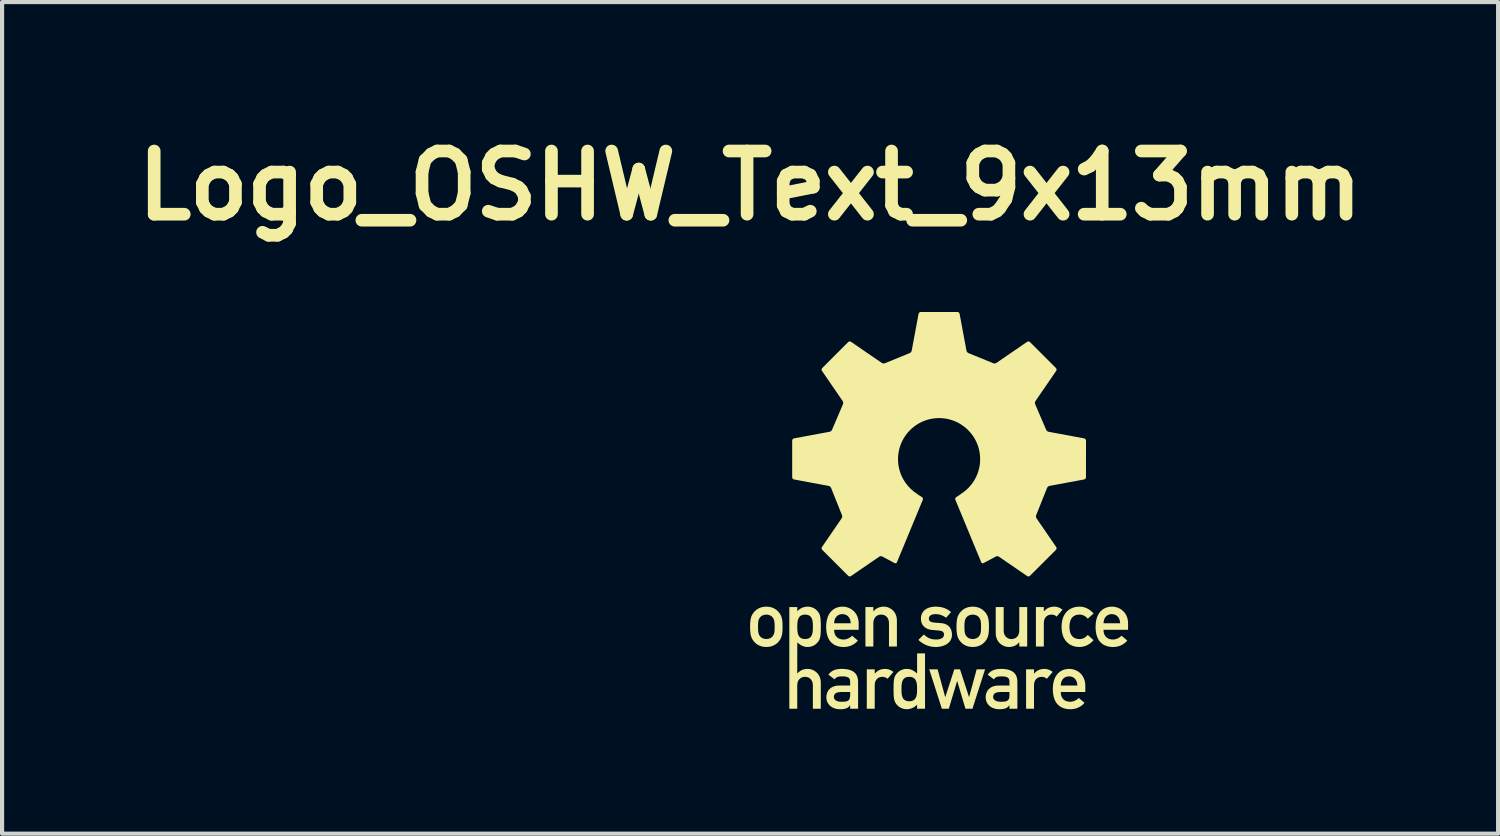
<source format=kicad_pcb>
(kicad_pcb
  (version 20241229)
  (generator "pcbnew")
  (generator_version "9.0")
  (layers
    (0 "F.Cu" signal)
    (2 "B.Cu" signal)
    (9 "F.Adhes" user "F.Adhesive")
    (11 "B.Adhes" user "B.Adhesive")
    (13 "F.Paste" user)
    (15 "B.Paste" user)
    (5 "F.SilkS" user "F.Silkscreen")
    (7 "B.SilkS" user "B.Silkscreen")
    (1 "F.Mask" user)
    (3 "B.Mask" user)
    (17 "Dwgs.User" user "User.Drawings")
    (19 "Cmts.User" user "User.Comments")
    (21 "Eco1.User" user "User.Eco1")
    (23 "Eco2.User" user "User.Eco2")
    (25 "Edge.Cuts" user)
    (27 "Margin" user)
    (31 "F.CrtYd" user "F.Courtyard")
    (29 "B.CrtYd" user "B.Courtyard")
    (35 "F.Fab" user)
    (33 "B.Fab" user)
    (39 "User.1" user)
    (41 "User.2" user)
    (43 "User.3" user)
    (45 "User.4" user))
  (footprint "Logo_OSHW_Text_9x13mm"
    (layer "F.Cu")
    (at 15.037 4.474)
    (property "Reference" "Logo_OSHW_Text_9x13mm" (at 0 -3.048 0) (layer "F.SilkS") (effects (font (size 1.524 1.524) (thickness 0.305))))
    (attr exclude_from_pos_files exclude_from_bom)
    (fp_poly (pts (xy 5.193 9.566) (xy 5.362 9.566) (xy 5.666 8.616) (xy 5.463 8.616) (xy 5.282 9.281) (xy 5.278 9.281) (xy 5.062 8.616) (xy 4.924 8.616) (xy 4.708 9.281) (xy 4.704 9.281) (xy 4.522 8.616) (xy 4.32 8.616) (xy 4.624 9.566) (xy 4.792 9.566) (xy 4.991 8.901) (xy 4.995 8.901) (xy 5.193 9.566)) (stroke (width 0) (type solid)) (fill yes) (layer "F.SilkS"))
    (fp_poly (pts (xy 2.814 9.566) (xy 3.005 9.566) (xy 3.005 8.995) (xy 3.01 8.94) (xy 3.026 8.895) (xy 3.049 8.858) (xy 3.078 8.831) (xy 3.113 8.811) (xy 3.151 8.8) (xy 3.191 8.796) (xy 3.235 8.801) (xy 3.275 8.816) (xy 3.316 8.843) (xy 3.455 8.678) (xy 3.419 8.653) (xy 3.382 8.633) (xy 3.343 8.618) (xy 3.301 8.608) (xy 3.256 8.605) (xy 3.207 8.608) (xy 3.16 8.617) (xy 3.117 8.633) (xy 3.077 8.655) (xy 3.041 8.683) (xy 3.009 8.717) (xy 3.005 8.717) (xy 3.005 8.616) (xy 2.814 8.616) (xy 2.814 9.566)) (stroke (width 0) (type solid)) (fill yes) (layer "F.SilkS"))
    (fp_poly (pts (xy 6.655 9.566) (xy 6.846 9.566) (xy 6.846 8.995) (xy 6.852 8.94) (xy 6.867 8.895) (xy 6.89 8.858) (xy 6.919 8.831) (xy 6.954 8.811) (xy 6.992 8.8) (xy 7.032 8.796) (xy 7.076 8.801) (xy 7.116 8.816) (xy 7.157 8.843) (xy 7.296 8.678) (xy 7.26 8.653) (xy 7.223 8.633) (xy 7.184 8.618) (xy 7.142 8.608) (xy 7.097 8.605) (xy 7.048 8.608) (xy 7.002 8.617) (xy 6.958 8.633) (xy 6.918 8.655) (xy 6.882 8.683) (xy 6.85 8.717) (xy 6.846 8.717) (xy 6.846 8.616) (xy 6.655 8.616) (xy 6.655 9.566)) (stroke (width 0) (type solid)) (fill yes) (layer "F.SilkS"))
    (fp_poly (pts (xy 6.892 8.066) (xy 7.083 8.066) (xy 7.083 7.494) (xy 7.089 7.439) (xy 7.104 7.394) (xy 7.127 7.358) (xy 7.156 7.33) (xy 7.191 7.31) (xy 7.229 7.299) (xy 7.269 7.295) (xy 7.313 7.3) (xy 7.353 7.315) (xy 7.394 7.342) (xy 7.533 7.177) (xy 7.497 7.152) (xy 7.46 7.132) (xy 7.421 7.117) (xy 7.379 7.107) (xy 7.334 7.104) (xy 7.285 7.107) (xy 7.239 7.117) (xy 7.195 7.132) (xy 7.155 7.154) (xy 7.119 7.182) (xy 7.087 7.217) (xy 7.083 7.217) (xy 7.083 7.115) (xy 6.892 7.115) (xy 6.892 8.066)) (stroke (width 0) (type solid)) (fill yes) (layer "F.SilkS"))
    (fp_poly (pts (xy 2.781 8.066) (xy 2.972 8.066) (xy 2.972 7.5) (xy 2.977 7.448) (xy 2.991 7.403) (xy 3.012 7.365) (xy 3.041 7.335) (xy 3.076 7.313) (xy 3.117 7.3) (xy 3.161 7.295) (xy 3.205 7.3) (xy 3.245 7.313) (xy 3.28 7.335) (xy 3.309 7.365) (xy 3.33 7.403) (xy 3.344 7.448) (xy 3.349 7.5) (xy 3.349 8.066) (xy 3.54 8.066) (xy 3.54 7.434) (xy 3.536 7.378) (xy 3.524 7.327) (xy 3.506 7.28) (xy 3.482 7.24) (xy 3.453 7.204) (xy 3.42 7.174) (xy 3.384 7.149) (xy 3.345 7.129) (xy 3.305 7.115) (xy 3.264 7.107) (xy 3.223 7.104) (xy 3.174 7.107) (xy 3.127 7.117) (xy 3.084 7.132) (xy 3.044 7.154) (xy 3.008 7.182) (xy 2.976 7.217) (xy 2.972 7.217) (xy 2.972 7.115) (xy 2.781 7.115) (xy 2.781 8.066)) (stroke (width 0) (type solid)) (fill yes) (layer "F.SilkS"))
    (fp_poly (pts (xy 5.923 7.747) (xy 5.927 7.803) (xy 5.939 7.854) (xy 5.957 7.9) (xy 5.981 7.941) (xy 6.01 7.977) (xy 6.044 8.007) (xy 6.08 8.032) (xy 6.119 8.052) (xy 6.16 8.066) (xy 6.201 8.074) (xy 6.242 8.077) (xy 6.291 8.074) (xy 6.336 8.064) (xy 6.38 8.049) (xy 6.419 8.027) (xy 6.455 7.999) (xy 6.488 7.964) (xy 6.491 7.964) (xy 6.491 8.066) (xy 6.682 8.066) (xy 6.682 7.115) (xy 6.491 7.115) (xy 6.491 7.681) (xy 6.486 7.733) (xy 6.473 7.778) (xy 6.451 7.816) (xy 6.422 7.846) (xy 6.388 7.868) (xy 6.348 7.881) (xy 6.304 7.886) (xy 6.259 7.881) (xy 6.219 7.868) (xy 6.184 7.846) (xy 6.155 7.816) (xy 6.133 7.778) (xy 6.119 7.733) (xy 6.115 7.681) (xy 6.115 7.115) (xy 5.923 7.115) (xy 5.923 7.747)) (stroke (width 0) (type solid)) (fill yes) (layer "F.SilkS"))
    (fp_poly (pts (xy 8.142 7.786) (xy 8.111 7.819) (xy 8.076 7.846) (xy 8.037 7.867) (xy 7.995 7.881) (xy 7.949 7.886) (xy 7.904 7.883) (xy 7.863 7.875) (xy 7.827 7.861) (xy 7.794 7.841) (xy 7.767 7.816) (xy 7.744 7.784) (xy 7.725 7.746) (xy 7.712 7.701) (xy 7.704 7.65) (xy 7.701 7.591) (xy 7.704 7.532) (xy 7.712 7.481) (xy 7.725 7.436) (xy 7.744 7.397) (xy 7.767 7.365) (xy 7.794 7.34) (xy 7.827 7.32) (xy 7.863 7.306) (xy 7.904 7.298) (xy 7.949 7.295) (xy 7.995 7.3) (xy 8.037 7.314) (xy 8.076 7.335) (xy 8.111 7.362) (xy 8.142 7.395) (xy 8.282 7.269) (xy 8.25 7.235) (xy 8.214 7.203) (xy 8.176 7.175) (xy 8.135 7.151) (xy 8.091 7.131) (xy 8.044 7.116) (xy 7.994 7.107) (xy 7.941 7.104) (xy 7.9 7.106) (xy 7.86 7.111) (xy 7.82 7.119) (xy 7.781 7.131) (xy 7.744 7.147) (xy 7.708 7.166) (xy 7.675 7.19) (xy 7.643 7.217) (xy 7.615 7.248) (xy 7.589 7.284) (xy 7.566 7.324) (xy 7.547 7.368) (xy 7.531 7.417) (xy 7.52 7.47) (xy 7.513 7.528) (xy 7.51 7.591) (xy 7.513 7.654) (xy 7.52 7.712) (xy 7.531 7.765) (xy 7.547 7.814) (xy 7.566 7.858) (xy 7.589 7.897) (xy 7.615 7.933) (xy 7.643 7.964) (xy 7.675 7.991) (xy 7.708 8.015) (xy 7.744 8.034) (xy 7.781 8.05) (xy 7.82 8.062) (xy 7.86 8.07) (xy 7.9 8.075) (xy 7.941 8.077) (xy 7.994 8.074) (xy 8.044 8.064) (xy 8.091 8.05) (xy 8.135 8.03) (xy 8.176 8.006) (xy 8.215 7.978) (xy 8.25 7.946) (xy 8.282 7.912) (xy 8.142 7.786)) (stroke (width 0) (type solid)) (fill yes) (layer "F.SilkS"))
    (fp_poly (pts (xy 4.027 9.566) (xy 4.218 9.566) (xy 4.218 8.232) (xy 4.027 8.232) (xy 4.027 8.717) (xy 3.991 8.686) (xy 3.953 8.658) (xy 3.914 8.636) (xy 3.872 8.619) (xy 3.828 8.609) (xy 3.781 8.605) (xy 3.726 8.609) (xy 3.676 8.621) (xy 3.631 8.64) (xy 3.591 8.665) (xy 3.556 8.695) (xy 3.526 8.729) (xy 3.508 8.754) (xy 3.494 8.781) (xy 3.482 8.811) (xy 3.473 8.848) (xy 3.466 8.891) (xy 3.462 8.945) (xy 3.46 9.011) (xy 3.459 9.09) (xy 3.46 9.17) (xy 3.462 9.237) (xy 3.466 9.291) (xy 3.473 9.335) (xy 3.482 9.371) (xy 3.494 9.402) (xy 3.508 9.428) (xy 3.526 9.454) (xy 3.556 9.488) (xy 3.591 9.518) (xy 3.631 9.542) (xy 3.676 9.561) (xy 3.726 9.573) (xy 3.781 9.578) (xy 3.829 9.574) (xy 3.875 9.563) (xy 3.918 9.547) (xy 3.958 9.525) (xy 3.994 9.498) (xy 3.991 9.309) (xy 3.967 9.34) (xy 3.935 9.365) (xy 3.893 9.381) (xy 3.839 9.386) (xy 3.785 9.381) (xy 3.743 9.366) (xy 3.71 9.343) (xy 3.686 9.312) (xy 3.67 9.275) (xy 3.659 9.233) (xy 3.653 9.187) (xy 3.651 9.14) (xy 3.65 9.09) (xy 3.651 9.042) (xy 3.653 8.994) (xy 3.659 8.949) (xy 3.67 8.907) (xy 3.686 8.871) (xy 3.71 8.84) (xy 3.743 8.816) (xy 3.785 8.801) (xy 3.839 8.796) (xy 3.893 8.802) (xy 3.935 8.817) (xy 3.967 8.842) (xy 3.991 8.874) (xy 4.007 8.911) (xy 4.018 8.953) (xy 4.024 8.998) (xy 4.026 9.044) (xy 4.027 9.09) (xy 4.026 9.137) (xy 4.024 9.184) (xy 4.018 9.229) (xy 4.007 9.271) (xy 3.991 9.309) (xy 3.994 9.498) (xy 4.027 9.467) (xy 4.027 9.566)) (stroke (width 0) (type solid)) (fill yes) (layer "F.SilkS"))
    (fp_poly (pts (xy 2.618 7.663) (xy 2.026 7.505) (xy 2.031 7.454) (xy 2.043 7.41) (xy 2.061 7.372) (xy 2.085 7.341) (xy 2.114 7.316) (xy 2.148 7.298) (xy 2.185 7.288) (xy 2.226 7.284) (xy 2.272 7.289) (xy 2.314 7.303) (xy 2.35 7.326) (xy 2.381 7.358) (xy 2.404 7.398) (xy 2.42 7.448) (xy 2.427 7.505) (xy 2.026 7.505) (xy 2.618 7.663) (xy 2.618 7.505) (xy 2.615 7.454) (xy 2.607 7.406) (xy 2.594 7.36) (xy 2.577 7.318) (xy 2.555 7.28) (xy 2.53 7.244) (xy 2.501 7.213) (xy 2.468 7.185) (xy 2.433 7.161) (xy 2.396 7.141) (xy 2.356 7.125) (xy 2.314 7.113) (xy 2.271 7.106) (xy 2.226 7.104) (xy 2.189 7.106) (xy 2.152 7.111) (xy 2.115 7.12) (xy 2.078 7.132) (xy 2.043 7.149) (xy 2.009 7.17) (xy 1.977 7.196) (xy 1.947 7.226) (xy 1.919 7.262) (xy 1.895 7.302) (xy 1.874 7.349) (xy 1.858 7.401) (xy 1.845 7.459) (xy 1.837 7.523) (xy 1.834 7.593) (xy 1.837 7.663) (xy 1.845 7.726) (xy 1.857 7.783) (xy 1.873 7.833) (xy 1.893 7.878) (xy 1.916 7.918) (xy 1.943 7.952) (xy 1.972 7.981) (xy 2.004 8.006) (xy 2.037 8.027) (xy 2.072 8.043) (xy 2.108 8.056) (xy 2.145 8.066) (xy 2.182 8.072) (xy 2.219 8.076) (xy 2.256 8.077) (xy 2.304 8.075) (xy 2.35 8.068) (xy 2.396 8.057) (xy 2.44 8.041) (xy 2.483 8.019) (xy 2.524 7.993) (xy 2.563 7.961) (xy 2.599 7.923) (xy 2.46 7.805) (xy 2.424 7.837) (xy 2.384 7.863) (xy 2.341 7.881) (xy 2.297 7.893) (xy 2.252 7.897) (xy 2.205 7.893) (xy 2.162 7.882) (xy 2.123 7.864) (xy 2.09 7.838) (xy 2.063 7.805) (xy 2.043 7.765) (xy 2.03 7.717) (xy 2.026 7.663) (xy 2.618 7.663)) (stroke (width 0) (type solid)) (fill yes) (layer "F.SilkS"))
    (fp_poly (pts (xy 8.083 9.163) (xy 7.491 9.006) (xy 7.496 8.955) (xy 7.508 8.911) (xy 7.526 8.873) (xy 7.55 8.841) (xy 7.579 8.817) (xy 7.613 8.799) (xy 7.651 8.788) (xy 7.691 8.785) (xy 7.738 8.789) (xy 7.779 8.803) (xy 7.816 8.826) (xy 7.846 8.858) (xy 7.869 8.899) (xy 7.885 8.948) (xy 7.892 9.006) (xy 7.491 9.006) (xy 8.083 9.163) (xy 8.083 9.006) (xy 8.08 8.955) (xy 8.072 8.906) (xy 8.059 8.861) (xy 8.042 8.819) (xy 8.02 8.78) (xy 7.995 8.745) (xy 7.966 8.713) (xy 7.934 8.685) (xy 7.898 8.661) (xy 7.861 8.641) (xy 7.821 8.626) (xy 7.779 8.614) (xy 7.736 8.607) (xy 7.691 8.605) (xy 7.654 8.607) (xy 7.617 8.612) (xy 7.58 8.62) (xy 7.544 8.633) (xy 7.508 8.65) (xy 7.474 8.671) (xy 7.442 8.696) (xy 7.412 8.727) (xy 7.385 8.762) (xy 7.36 8.803) (xy 7.34 8.849) (xy 7.323 8.901) (xy 7.31 8.959) (xy 7.302 9.023) (xy 7.3 9.094) (xy 7.302 9.164) (xy 7.31 9.227) (xy 7.322 9.283) (xy 7.338 9.334) (xy 7.358 9.379) (xy 7.382 9.418) (xy 7.408 9.453) (xy 7.437 9.482) (xy 7.469 9.507) (xy 7.502 9.527) (xy 7.537 9.544) (xy 7.573 9.557) (xy 7.61 9.566) (xy 7.647 9.573) (xy 7.684 9.576) (xy 7.721 9.578) (xy 7.769 9.575) (xy 7.815 9.569) (xy 7.861 9.558) (xy 7.905 9.541) (xy 7.948 9.52) (xy 7.989 9.494) (xy 8.028 9.462) (xy 8.064 9.424) (xy 7.926 9.306) (xy 7.889 9.338) (xy 7.849 9.363) (xy 7.806 9.382) (xy 7.762 9.394) (xy 7.718 9.398) (xy 7.67 9.394) (xy 7.627 9.383) (xy 7.588 9.365) (xy 7.555 9.339) (xy 7.528 9.306) (xy 7.508 9.266) (xy 7.495 9.218) (xy 7.491 9.163) (xy 8.083 9.163)) (stroke (width 0) (type solid)) (fill yes) (layer "F.SilkS"))
    (fp_poly (pts (xy 9.114 7.663) (xy 8.522 7.505) (xy 8.527 7.454) (xy 8.539 7.41) (xy 8.557 7.372) (xy 8.582 7.341) (xy 8.611 7.316) (xy 8.644 7.298) (xy 8.682 7.288) (xy 8.723 7.284) (xy 8.769 7.289) (xy 8.811 7.303) (xy 8.847 7.326) (xy 8.877 7.358) (xy 8.901 7.398) (xy 8.916 7.448) (xy 8.923 7.505) (xy 8.522 7.505) (xy 9.114 7.663) (xy 9.114 7.505) (xy 9.112 7.454) (xy 9.104 7.406) (xy 9.091 7.36) (xy 9.073 7.318) (xy 9.052 7.28) (xy 9.026 7.244) (xy 8.997 7.213) (xy 8.965 7.185) (xy 8.93 7.161) (xy 8.892 7.141) (xy 8.852 7.125) (xy 8.81 7.113) (xy 8.767 7.106) (xy 8.723 7.104) (xy 8.686 7.106) (xy 8.648 7.111) (xy 8.611 7.12) (xy 8.575 7.132) (xy 8.539 7.149) (xy 8.505 7.17) (xy 8.473 7.196) (xy 8.443 7.226) (xy 8.416 7.262) (xy 8.392 7.302) (xy 8.371 7.349) (xy 8.354 7.401) (xy 8.341 7.459) (xy 8.334 7.523) (xy 8.331 7.593) (xy 8.333 7.663) (xy 8.341 7.726) (xy 8.353 7.783) (xy 8.369 7.833) (xy 8.389 7.878) (xy 8.413 7.918) (xy 8.439 7.952) (xy 8.469 7.981) (xy 8.5 8.006) (xy 8.533 8.027) (xy 8.568 8.043) (xy 8.604 8.056) (xy 8.641 8.066) (xy 8.678 8.072) (xy 8.716 8.076) (xy 8.753 8.077) (xy 8.8 8.075) (xy 8.847 8.068) (xy 8.892 8.057) (xy 8.937 8.041) (xy 8.979 8.019) (xy 9.02 7.993) (xy 9.059 7.961) (xy 9.095 7.923) (xy 8.957 7.805) (xy 8.921 7.837) (xy 8.88 7.863) (xy 8.837 7.881) (xy 8.793 7.893) (xy 8.749 7.897) (xy 8.701 7.893) (xy 8.658 7.882) (xy 8.619 7.864) (xy 8.586 7.838) (xy 8.559 7.805) (xy 8.539 7.765) (xy 8.526 7.717) (xy 8.522 7.663) (xy 9.114 7.663)) (stroke (width 0) (type solid)) (fill yes) (layer "F.SilkS"))
    (fp_poly (pts (xy 2.413 9.566) (xy 2.604 9.566) (xy 2.604 8.918) (xy 2.601 8.867) (xy 2.593 8.821) (xy 2.579 8.78) (xy 2.561 8.744) (xy 2.538 8.712) (xy 2.51 8.685) (xy 2.478 8.663) (xy 2.441 8.644) (xy 2.402 8.63) (xy 2.358 8.618) (xy 2.311 8.611) (xy 2.261 8.606) (xy 2.209 8.605) (xy 2.157 8.607) (xy 2.109 8.612) (xy 2.064 8.622) (xy 2.022 8.636) (xy 1.984 8.655) (xy 1.949 8.679) (xy 1.917 8.709) (xy 1.888 8.744) (xy 2.038 8.858) (xy 2.06 8.829) (xy 2.087 8.809) (xy 2.121 8.795) (xy 2.164 8.787) (xy 2.218 8.785) (xy 2.28 8.788) (xy 2.329 8.796) (xy 2.367 8.812) (xy 2.393 8.835) (xy 2.408 8.866) (xy 2.413 8.907) (xy 2.413 9.006) (xy 2.149 9.006) (xy 2.09 9.01) (xy 2.038 9.021) (xy 1.992 9.038) (xy 1.952 9.061) (xy 1.917 9.09) (xy 1.889 9.123) (xy 1.868 9.159) (xy 1.852 9.2) (xy 1.843 9.242) (xy 1.839 9.287) (xy 1.842 9.331) (xy 1.851 9.373) (xy 1.866 9.412) (xy 1.887 9.447) (xy 1.913 9.48) (xy 1.944 9.508) (xy 1.98 9.532) (xy 2.022 9.551) (xy 2.068 9.566) (xy 2.119 9.575) (xy 2.175 9.578) (xy 2.234 9.575) (xy 2.284 9.567) (xy 2.326 9.554) (xy 2.36 9.536) (xy 2.387 9.512) (xy 2.409 9.482) (xy 2.413 9.233) (xy 2.409 9.288) (xy 2.398 9.33) (xy 2.379 9.36) (xy 2.35 9.379) (xy 2.311 9.391) (xy 2.261 9.396) (xy 2.199 9.398) (xy 2.141 9.393) (xy 2.095 9.381) (xy 2.061 9.362) (xy 2.037 9.337) (xy 2.024 9.309) (xy 2.019 9.278) (xy 2.026 9.239) (xy 2.045 9.207) (xy 2.078 9.184) (xy 2.124 9.169) (xy 2.184 9.163) (xy 2.413 9.163) (xy 2.413 9.233) (xy 2.409 9.482) (xy 2.413 9.482) (xy 2.413 9.566)) (stroke (width 0) (type solid)) (fill yes) (layer "F.SilkS"))
    (fp_poly (pts (xy 6.254 9.566) (xy 6.254 9.233) (xy 6.251 9.288) (xy 6.24 9.33) (xy 6.22 9.36) (xy 6.191 9.379) (xy 6.152 9.391) (xy 6.102 9.396) (xy 6.04 9.398) (xy 5.982 9.393) (xy 5.936 9.381) (xy 5.902 9.362) (xy 5.878 9.337) (xy 5.865 9.309) (xy 5.86 9.278) (xy 5.867 9.239) (xy 5.886 9.207) (xy 5.919 9.184) (xy 5.965 9.169) (xy 6.025 9.163) (xy 6.254 9.163) (xy 6.254 9.233) (xy 6.254 9.566) (xy 6.445 9.566) (xy 6.445 8.918) (xy 6.442 8.867) (xy 6.434 8.821) (xy 6.421 8.78) (xy 6.402 8.744) (xy 6.379 8.712) (xy 6.351 8.685) (xy 6.319 8.663) (xy 6.283 8.644) (xy 6.243 8.63) (xy 6.199 8.618) (xy 6.152 8.611) (xy 6.102 8.606) (xy 6.05 8.605) (xy 5.998 8.607) (xy 5.95 8.612) (xy 5.905 8.622) (xy 5.863 8.636) (xy 5.825 8.655) (xy 5.79 8.679) (xy 5.758 8.709) (xy 5.729 8.744) (xy 5.879 8.858) (xy 5.901 8.829) (xy 5.928 8.809) (xy 5.963 8.795) (xy 6.005 8.787) (xy 6.059 8.785) (xy 6.121 8.788) (xy 6.17 8.796) (xy 6.208 8.812) (xy 6.234 8.835) (xy 6.249 8.866) (xy 6.254 8.907) (xy 6.254 9.006) (xy 5.99 9.006) (xy 5.931 9.01) (xy 5.879 9.021) (xy 5.833 9.038) (xy 5.793 9.061) (xy 5.758 9.09) (xy 5.73 9.123) (xy 5.709 9.159) (xy 5.693 9.2) (xy 5.684 9.242) (xy 5.68 9.287) (xy 5.683 9.331) (xy 5.693 9.373) (xy 5.707 9.412) (xy 5.728 9.447) (xy 5.754 9.48) (xy 5.785 9.508) (xy 5.822 9.532) (xy 5.863 9.551) (xy 5.909 9.566) (xy 5.96 9.575) (xy 6.016 9.578) (xy 6.075 9.575) (xy 6.125 9.567) (xy 6.167 9.554) (xy 6.201 9.536) (xy 6.228 9.512) (xy 6.25 9.482) (xy 6.254 9.482) (xy 6.254 9.566) (xy 6.254 9.566)) (stroke (width 0) (type solid)) (fill yes) (layer "F.SilkS"))
    (fp_poly (pts (xy 4.057 7.906) (xy 4.098 7.942) (xy 4.141 7.974) (xy 4.185 8.001) (xy 4.231 8.024) (xy 4.277 8.043) (xy 4.325 8.058) (xy 4.374 8.068) (xy 4.424 8.075) (xy 4.475 8.077) (xy 4.529 8.075) (xy 4.581 8.068) (xy 4.629 8.057) (xy 4.675 8.042) (xy 4.717 8.023) (xy 4.754 8) (xy 4.787 7.973) (xy 4.815 7.943) (xy 4.838 7.908) (xy 4.854 7.871) (xy 4.865 7.829) (xy 4.868 7.784) (xy 4.866 7.74) (xy 4.858 7.698) (xy 4.846 7.659) (xy 4.828 7.622) (xy 4.804 7.59) (xy 4.775 7.562) (xy 4.739 7.538) (xy 4.697 7.52) (xy 4.648 7.507) (xy 4.593 7.5) (xy 4.435 7.488) (xy 4.375 7.477) (xy 4.337 7.456) (xy 4.316 7.429) (xy 4.31 7.398) (xy 4.315 7.361) (xy 4.332 7.33) (xy 4.363 7.306) (xy 4.409 7.29) (xy 4.473 7.284) (xy 4.522 7.287) (xy 4.568 7.295) (xy 4.611 7.309) (xy 4.651 7.326) (xy 4.69 7.347) (xy 4.728 7.372) (xy 4.846 7.234) (xy 4.81 7.205) (xy 4.771 7.18) (xy 4.73 7.158) (xy 4.687 7.139) (xy 4.639 7.124) (xy 4.588 7.113) (xy 4.533 7.107) (xy 4.473 7.104) (xy 4.419 7.107) (xy 4.369 7.114) (xy 4.321 7.126) (xy 4.278 7.143) (xy 4.238 7.165) (xy 4.204 7.192) (xy 4.174 7.223) (xy 4.151 7.26) (xy 4.133 7.301) (xy 4.122 7.346) (xy 4.119 7.397) (xy 4.123 7.448) (xy 4.135 7.495) (xy 4.154 7.536) (xy 4.181 7.572) (xy 4.213 7.602) (xy 4.251 7.627) (xy 4.294 7.646) (xy 4.341 7.659) (xy 4.392 7.666) (xy 4.561 7.681) (xy 4.607 7.689) (xy 4.644 7.705) (xy 4.668 7.733) (xy 4.677 7.775) (xy 4.671 7.812) (xy 4.653 7.843) (xy 4.624 7.866) (xy 4.586 7.883) (xy 4.541 7.893) (xy 4.49 7.897) (xy 4.437 7.894) (xy 4.389 7.887) (xy 4.344 7.874) (xy 4.302 7.857) (xy 4.263 7.835) (xy 4.226 7.807) (xy 4.19 7.775) (xy 4.057 7.906)) (stroke (width 0) (type solid)) (fill yes) (layer "F.SilkS"))
    (fp_poly (pts (xy 0 7.59) (xy 0.193 7.662) (xy 0.191 7.59) (xy 0.193 7.518) (xy 0.197 7.466) (xy 0.206 7.426) (xy 0.219 7.394) (xy 0.238 7.365) (xy 0.265 7.337) (xy 0.301 7.315) (xy 0.344 7.301) (xy 0.392 7.295) (xy 0.439 7.301) (xy 0.483 7.315) (xy 0.519 7.337) (xy 0.545 7.365) (xy 0.564 7.394) (xy 0.577 7.426) (xy 0.586 7.466) (xy 0.591 7.519) (xy 0.592 7.591) (xy 0.591 7.662) (xy 0.586 7.715) (xy 0.577 7.755) (xy 0.564 7.787) (xy 0.545 7.816) (xy 0.519 7.844) (xy 0.483 7.866) (xy 0.439 7.88) (xy 0.392 7.886) (xy 0.344 7.88) (xy 0.301 7.866) (xy 0.265 7.844) (xy 0.238 7.816) (xy 0.219 7.787) (xy 0.206 7.755) (xy 0.197 7.715) (xy 0.193 7.662) (xy 0 7.59) (xy 0.001 7.661) (xy 0.006 7.722) (xy 0.013 7.775) (xy 0.024 7.819) (xy 0.038 7.858) (xy 0.056 7.893) (xy 0.078 7.925) (xy 0.103 7.955) (xy 0.128 7.98) (xy 0.157 8.005) (xy 0.192 8.027) (xy 0.232 8.047) (xy 0.279 8.063) (xy 0.332 8.073) (xy 0.392 8.077) (xy 0.452 8.073) (xy 0.504 8.063) (xy 0.551 8.047) (xy 0.591 8.027) (xy 0.626 8.005) (xy 0.656 7.98) (xy 0.68 7.955) (xy 0.706 7.925) (xy 0.727 7.893) (xy 0.745 7.858) (xy 0.759 7.819) (xy 0.77 7.775) (xy 0.778 7.722) (xy 0.782 7.661) (xy 0.783 7.59) (xy 0.782 7.519) (xy 0.778 7.458) (xy 0.77 7.406) (xy 0.759 7.361) (xy 0.745 7.323) (xy 0.727 7.288) (xy 0.706 7.256) (xy 0.68 7.226) (xy 0.656 7.201) (xy 0.626 7.176) (xy 0.591 7.154) (xy 0.551 7.134) (xy 0.504 7.118) (xy 0.452 7.108) (xy 0.392 7.104) (xy 0.332 7.108) (xy 0.279 7.118) (xy 0.232 7.134) (xy 0.192 7.154) (xy 0.157 7.176) (xy 0.128 7.201) (xy 0.103 7.226) (xy 0.078 7.256) (xy 0.056 7.288) (xy 0.038 7.323) (xy 0.024 7.361) (xy 0.013 7.406) (xy 0.006 7.458) (xy 0.001 7.519) (xy 0 7.59)) (stroke (width 0) (type solid)) (fill yes) (layer "F.SilkS"))
    (fp_poly (pts (xy 4.977 7.59) (xy 5.17 7.662) (xy 5.168 7.59) (xy 5.17 7.518) (xy 5.174 7.466) (xy 5.183 7.426) (xy 5.196 7.394) (xy 5.215 7.365) (xy 5.242 7.337) (xy 5.278 7.315) (xy 5.321 7.301) (xy 5.369 7.295) (xy 5.416 7.301) (xy 5.459 7.315) (xy 5.496 7.337) (xy 5.522 7.365) (xy 5.541 7.394) (xy 5.554 7.426) (xy 5.563 7.466) (xy 5.568 7.519) (xy 5.569 7.591) (xy 5.568 7.662) (xy 5.563 7.715) (xy 5.554 7.755) (xy 5.541 7.787) (xy 5.522 7.816) (xy 5.496 7.844) (xy 5.459 7.866) (xy 5.416 7.88) (xy 5.369 7.886) (xy 5.321 7.88) (xy 5.278 7.866) (xy 5.242 7.844) (xy 5.215 7.816) (xy 5.196 7.787) (xy 5.183 7.755) (xy 5.174 7.715) (xy 5.17 7.662) (xy 4.977 7.59) (xy 4.978 7.661) (xy 4.983 7.722) (xy 4.99 7.775) (xy 5.001 7.819) (xy 5.015 7.858) (xy 5.033 7.893) (xy 5.055 7.925) (xy 5.08 7.955) (xy 5.105 7.98) (xy 5.134 8.005) (xy 5.169 8.027) (xy 5.209 8.047) (xy 5.256 8.063) (xy 5.309 8.073) (xy 5.369 8.077) (xy 5.428 8.073) (xy 5.481 8.063) (xy 5.528 8.047) (xy 5.568 8.027) (xy 5.603 8.005) (xy 5.632 7.98) (xy 5.657 7.955) (xy 5.683 7.925) (xy 5.704 7.893) (xy 5.722 7.858) (xy 5.736 7.819) (xy 5.747 7.775) (xy 5.754 7.722) (xy 5.759 7.661) (xy 5.76 7.59) (xy 5.759 7.519) (xy 5.754 7.458) (xy 5.747 7.406) (xy 5.736 7.361) (xy 5.722 7.323) (xy 5.704 7.288) (xy 5.683 7.256) (xy 5.657 7.226) (xy 5.632 7.201) (xy 5.603 7.176) (xy 5.568 7.154) (xy 5.528 7.134) (xy 5.481 7.118) (xy 5.428 7.108) (xy 5.369 7.104) (xy 5.309 7.108) (xy 5.256 7.118) (xy 5.209 7.134) (xy 5.169 7.154) (xy 5.134 7.176) (xy 5.105 7.201) (xy 5.08 7.226) (xy 5.055 7.256) (xy 5.033 7.288) (xy 5.015 7.323) (xy 5.001 7.361) (xy 4.99 7.406) (xy 4.983 7.458) (xy 4.978 7.519) (xy 4.977 7.59)) (stroke (width 0) (type solid)) (fill yes) (layer "F.SilkS"))
    (fp_poly (pts (xy 0.946 9.566) (xy 0.946 7.115) (xy 1.138 7.115) (xy 1.138 7.215) (xy 1.17 7.184) (xy 1.206 7.157) (xy 1.246 7.135) (xy 1.29 7.118) (xy 1.335 7.108) (xy 1.383 7.104) (xy 1.439 7.108) (xy 1.489 7.12) (xy 1.534 7.139) (xy 1.574 7.164) (xy 1.608 7.194) (xy 1.638 7.228) (xy 1.656 7.253) (xy 1.671 7.28) (xy 1.682 7.311) (xy 1.691 7.347) (xy 1.698 7.391) (xy 1.702 7.445) (xy 1.705 7.511) (xy 1.706 7.591) (xy 1.705 7.671) (xy 1.702 7.737) (xy 1.698 7.79) (xy 1.691 7.834) (xy 1.682 7.87) (xy 1.671 7.901) (xy 1.656 7.928) (xy 1.638 7.953) (xy 1.608 7.987) (xy 1.574 8.017) (xy 1.534 8.042) (xy 1.489 8.061) (xy 1.439 8.073) (xy 1.383 8.077) (xy 1.336 8.073) (xy 1.292 8.063) (xy 1.325 7.886) (xy 1.379 7.88) (xy 1.422 7.865) (xy 1.454 7.842) (xy 1.478 7.811) (xy 1.495 7.774) (xy 1.505 7.733) (xy 1.511 7.688) (xy 1.514 7.64) (xy 1.514 7.591) (xy 1.514 7.547) (xy 1.512 7.504) (xy 1.507 7.462) (xy 1.5 7.423) (xy 1.487 7.388) (xy 1.469 7.357) (xy 1.445 7.331) (xy 1.414 7.312) (xy 1.374 7.3) (xy 1.325 7.295) (xy 1.272 7.301) (xy 1.23 7.317) (xy 1.197 7.341) (xy 1.174 7.373) (xy 1.157 7.411) (xy 1.147 7.453) (xy 1.141 7.498) (xy 1.138 7.545) (xy 1.138 7.591) (xy 1.138 7.638) (xy 1.141 7.684) (xy 1.147 7.729) (xy 1.157 7.77) (xy 1.174 7.808) (xy 1.197 7.84) (xy 1.23 7.864) (xy 1.272 7.88) (xy 1.325 7.886) (xy 1.292 8.063) (xy 1.251 8.046) (xy 1.211 8.024) (xy 1.174 7.996) (xy 1.138 7.964) (xy 1.137 8.717) (xy 1.171 8.683) (xy 1.208 8.655) (xy 1.248 8.633) (xy 1.292 8.617) (xy 1.339 8.608) (xy 1.388 8.605) (xy 1.429 8.608) (xy 1.47 8.616) (xy 1.51 8.63) (xy 1.549 8.65) (xy 1.585 8.675) (xy 1.618 8.705) (xy 1.647 8.74) (xy 1.671 8.781) (xy 1.689 8.827) (xy 1.701 8.878) (xy 1.705 8.935) (xy 1.705 9.566) (xy 1.514 9.566) (xy 1.514 9) (xy 1.509 8.948) (xy 1.495 8.903) (xy 1.473 8.866) (xy 1.445 8.836) (xy 1.41 8.814) (xy 1.37 8.801) (xy 1.326 8.796) (xy 1.281 8.801) (xy 1.241 8.814) (xy 1.206 8.836) (xy 1.177 8.866) (xy 1.155 8.903) (xy 1.142 8.948) (xy 1.137 9) (xy 1.137 9.566) (xy 0.946 9.566)) (stroke (width 0) (type solid)) (fill yes) (layer "F.SilkS"))
    (fp_poly (pts (xy 8.061 3.048) (xy 7.191 2.886) (xy 7.16 2.87) (xy 7.14 2.842) (xy 6.873 2.22) (xy 6.867 2.186) (xy 6.877 2.153) (xy 7.384 1.414) (xy 7.392 1.383) (xy 7.379 1.354) (xy 6.746 0.721) (xy 6.716 0.708) (xy 6.685 0.715) (xy 5.934 1.231) (xy 5.901 1.242) (xy 5.866 1.236) (xy 5.263 0.989) (xy 5.235 0.969) (xy 5.219 0.938) (xy 5.051 0.039) (xy 5.035 0.011) (xy 5.005 0) (xy 4.11 0) (xy 4.08 0.011) (xy 4.063 0.039) (xy 3.896 0.938) (xy 3.88 0.969) (xy 3.851 0.989) (xy 3.248 1.236) (xy 3.214 1.242) (xy 3.181 1.231) (xy 2.429 0.715) (xy 2.398 0.708) (xy 2.369 0.721) (xy 1.736 1.354) (xy 1.723 1.383) (xy 1.73 1.414) (xy 2.237 2.153) (xy 2.247 2.186) (xy 2.241 2.22) (xy 1.975 2.842) (xy 1.954 2.87) (xy 1.923 2.886) (xy 1.053 3.048) (xy 1.026 3.065) (xy 1.015 3.095) (xy 1.015 3.99) (xy 1.026 4.02) (xy 1.053 4.036) (xy 1.902 4.194) (xy 1.933 4.21) (xy 1.952 4.239) (xy 2.217 4.901) (xy 2.223 4.935) (xy 2.212 4.968) (xy 1.73 5.671) (xy 1.723 5.702) (xy 1.736 5.731) (xy 2.369 6.364) (xy 2.398 6.377) (xy 2.429 6.369) (xy 3.119 5.896) (xy 3.152 5.886) (xy 3.185 5.894) (xy 3.489 6.056) (xy 3.518 6.058) (xy 3.539 6.038) (xy 4.167 4.522) (xy 4.167 4.49) (xy 4.148 4.465) (xy 4.072 4.418) (xy 4.048 4.402) (xy 4.024 4.381) (xy 3.983 4.354) (xy 3.944 4.325) (xy 3.907 4.294) (xy 3.871 4.261) (xy 3.837 4.226) (xy 3.804 4.19) (xy 3.773 4.152) (xy 3.744 4.113) (xy 3.717 4.072) (xy 3.692 4.03) (xy 3.67 3.986) (xy 3.649 3.942) (xy 3.63 3.896) (xy 3.614 3.849) (xy 3.6 3.801) (xy 3.588 3.752) (xy 3.579 3.702) (xy 3.572 3.651) (xy 3.568 3.6) (xy 3.567 3.547) (xy 3.568 3.498) (xy 3.572 3.449) (xy 3.578 3.401) (xy 3.586 3.354) (xy 3.596 3.307) (xy 3.609 3.262) (xy 3.624 3.217) (xy 3.64 3.173) (xy 3.659 3.13) (xy 3.68 3.088) (xy 3.702 3.048) (xy 3.727 3.008) (xy 3.753 2.97) (xy 3.78 2.933) (xy 3.81 2.898) (xy 3.841 2.864) (xy 3.873 2.831) (xy 3.908 2.8) (xy 3.943 2.771) (xy 3.98 2.743) (xy 4.018 2.717) (xy 4.057 2.693) (xy 4.098 2.67) (xy 4.14 2.649) (xy 4.183 2.631) (xy 4.226 2.614) (xy 4.271 2.599) (xy 4.317 2.587) (xy 4.363 2.576) (xy 4.411 2.568) (xy 4.459 2.562) (xy 4.508 2.559) (xy 4.557 2.557) (xy 4.607 2.559) (xy 4.655 2.562) (xy 4.703 2.568) (xy 4.751 2.576) (xy 4.797 2.587) (xy 4.843 2.599) (xy 4.888 2.614) (xy 4.932 2.631) (xy 4.975 2.649) (xy 5.016 2.67) (xy 5.057 2.693) (xy 5.096 2.717) (xy 5.134 2.743) (xy 5.171 2.771) (xy 5.207 2.8) (xy 5.241 2.831) (xy 5.273 2.864) (xy 5.304 2.898) (xy 5.334 2.933) (xy 5.362 2.97) (xy 5.388 3.008) (xy 5.412 3.048) (xy 5.435 3.088) (xy 5.455 3.13) (xy 5.474 3.173) (xy 5.491 3.217) (xy 5.505 3.262) (xy 5.518 3.307) (xy 5.528 3.354) (xy 5.536 3.401) (xy 5.542 3.449) (xy 5.546 3.498) (xy 5.547 3.547) (xy 5.546 3.6) (xy 5.542 3.651) (xy 5.535 3.702) (xy 5.526 3.752) (xy 5.514 3.801) (xy 5.5 3.849) (xy 5.484 3.896) (xy 5.465 3.942) (xy 5.445 3.986) (xy 5.422 4.03) (xy 5.397 4.072) (xy 5.37 4.113) (xy 5.341 4.152) (xy 5.31 4.19) (xy 5.278 4.226) (xy 5.243 4.261) (xy 5.207 4.294) (xy 5.17 4.325) (xy 5.131 4.354) (xy 5.09 4.381) (xy 5.066 4.402) (xy 5.042 4.418) (xy 4.966 4.465) (xy 4.947 4.49) (xy 4.948 4.522) (xy 5.575 6.038) (xy 5.596 6.058) (xy 5.625 6.056) (xy 5.929 5.894) (xy 5.963 5.886) (xy 5.995 5.896) (xy 6.685 6.369) (xy 6.716 6.377) (xy 6.745 6.364) (xy 7.379 5.731) (xy 7.392 5.702) (xy 7.384 5.671) (xy 6.902 4.968) (xy 6.892 4.935) (xy 6.897 4.901) (xy 7.162 4.239) (xy 7.182 4.21) (xy 7.212 4.194) (xy 8.061 4.036) (xy 8.088 4.02) (xy 8.099 3.99) (xy 8.1 3.095) (xy 8.088 3.065) (xy 8.061 3.048)) (stroke (width 0) (type solid)) (fill yes) (layer "F.SilkS")))
  (gr_rect
    (start -3 -3)
    (end 33.074 17.052)
    (stroke (width 0.1) (type default))
    (fill no)
    (layer "Edge.Cuts")))
</source>
